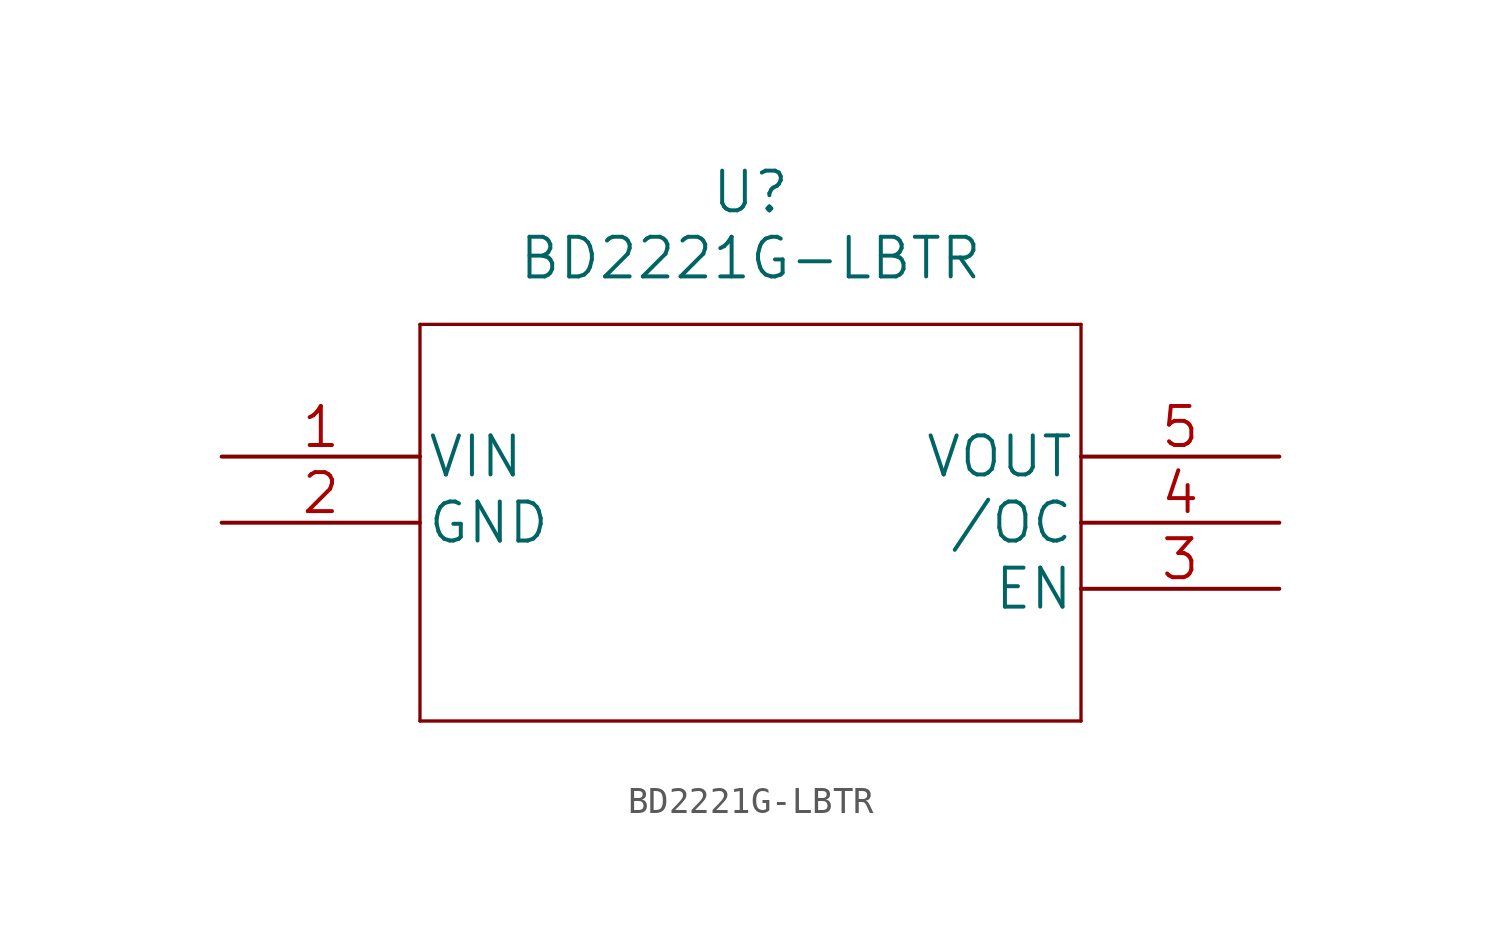
<source format=kicad_sym>
(kicad_symbol_lib
  (version 20201005)
  (generator kicad_symbol_editor)
  (symbol "BD2221G-LBTR"
    (pin_names
      (offset 0.254))
    (property "Reference" "U"
      (at 20.32 10.16 0)
      (effects (font (size 1.524 1.524))))
    (property "Value" "BD2221G-LBTR"
      (at 20.32 7.62 0)
      (effects (font (size 1.524 1.524))))
    (property "Datasheet" ""
      (at 0 0 0)
      (effects (font (size 1.524 1.524))))
    (property "ki_locked" ""
      (at 0 0 0)
      (effects (font (size 1.27 1.27))))
    (symbol "BD2221G-LBTR_1_1"
      (polyline (pts (xy 7.62 -10.16) (xy 33.02 -10.16)) (stroke (width 0.127)) (fill (type none)))
      (polyline (pts (xy 7.62 5.08) (xy 7.62 -10.16)) (stroke (width 0.127)) (fill (type none)))
      (polyline (pts (xy 33.02 -10.16) (xy 33.02 5.08)) (stroke (width 0.127)) (fill (type none)))
      (polyline (pts (xy 33.02 5.08) (xy 7.62 5.08)) (stroke (width 0.127)) (fill (type none)))
      (pin unspecified line (at 0 0 0) (length 7.62) (name "VIN" (effects (font (size 1.499 1.499)))) (number "1" (effects (font (size 1.499 1.499)))))
      (pin power_in line (at 0 -2.54 0) (length 7.62) (name "GND" (effects (font (size 1.499 1.499)))) (number "2" (effects (font (size 1.499 1.499)))))
      (pin unspecified line (at 40.64 -5.08 180) (length 7.62) (name "EN" (effects (font (size 1.499 1.499)))) (number "3" (effects (font (size 1.499 1.499)))))
      (pin unspecified line (at 40.64 -2.54 180) (length 7.62) (name "/OC" (effects (font (size 1.499 1.499)))) (number "4" (effects (font (size 1.499 1.499)))))
      (pin output line (at 40.64 0 180) (length 7.62) (name "VOUT" (effects (font (size 1.499 1.499)))) (number "5" (effects (font (size 1.499 1.499))))))))
</source>
